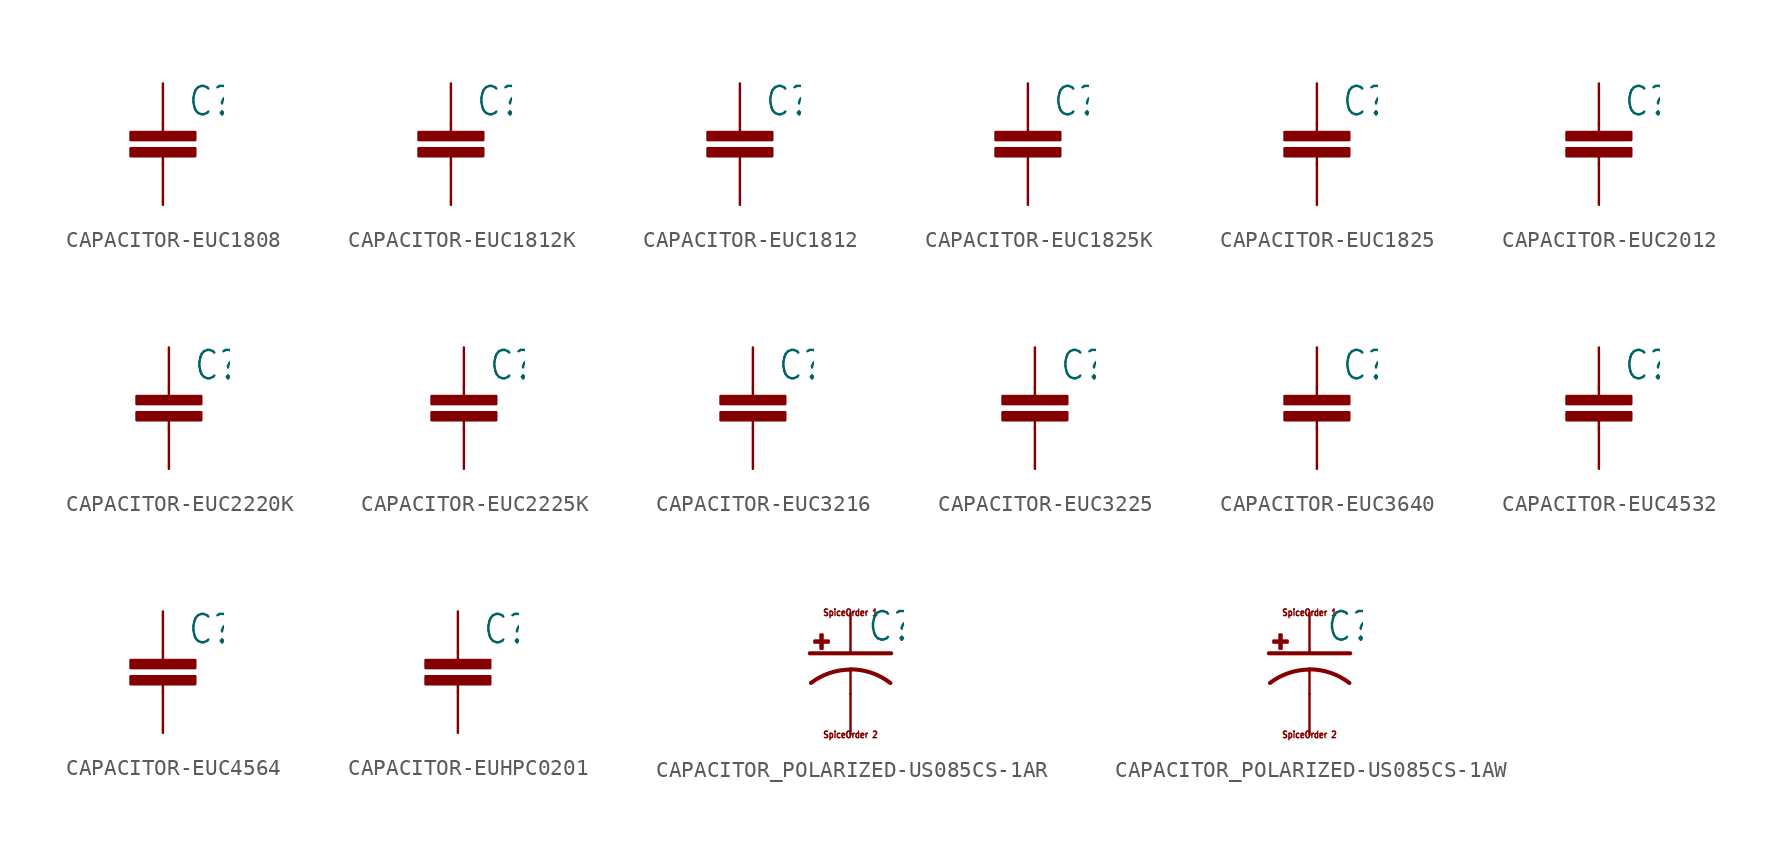
<source format=kicad_sym>
(kicad_symbol_lib
  (version 20231120)
  (generator "kicad_symbol_editor")
  (generator_version "8.0")
  (symbol "CAPACITOR-EUC1808"
    (property "Reference" "C"
      (at 1.524 0.381 0)
      (effects (font (size 1.778 1.511)) (justify left bottom)))
    (property "Value" ""
      (at 1.524 -4.699 0)
      (effects (font (size 1.778 1.511)) (justify left bottom)))
    (property "ki_locked" ""
      (at 0 0 0)
      (effects (font (size 1.27 1.27))))
    (symbol "CAPACITOR-EUC1808_1_0"
      (rectangle (start -2.032 -2.032) (end 2.032 -1.524) (stroke (width 0) (type default)) (fill (type outline)))
      (rectangle (start -2.032 -1.016) (end 2.032 -0.508) (stroke (width 0) (type default)) (fill (type outline)))
      (polyline (pts (xy 0 -2.54) (xy 0 -2.032)) (stroke (width 0.152) (type solid)) (fill (type none)))
      (polyline (pts (xy 0 0) (xy 0 -0.508)) (stroke (width 0.152) (type solid)) (fill (type none)))
      (pin passive line (at 0 2.54 270) (length 2.54) (name "1" (effects (font (size 0 0)))) (number "1" (effects (font (size 0 0)))))
      (pin passive line (at 0 -5.08 90) (length 2.54) (name "2" (effects (font (size 0 0)))) (number "2" (effects (font (size 0 0)))))))
  (symbol "CAPACITOR-EUC1812K"
    (property "Reference" "C"
      (at 1.524 0.381 0)
      (effects (font (size 1.778 1.511)) (justify left bottom)))
    (property "Value" ""
      (at 1.524 -4.699 0)
      (effects (font (size 1.778 1.511)) (justify left bottom)))
    (property "ki_locked" ""
      (at 0 0 0)
      (effects (font (size 1.27 1.27))))
    (symbol "CAPACITOR-EUC1812K_1_0"
      (rectangle (start -2.032 -2.032) (end 2.032 -1.524) (stroke (width 0) (type default)) (fill (type outline)))
      (rectangle (start -2.032 -1.016) (end 2.032 -0.508) (stroke (width 0) (type default)) (fill (type outline)))
      (polyline (pts (xy 0 -2.54) (xy 0 -2.032)) (stroke (width 0.152) (type solid)) (fill (type none)))
      (polyline (pts (xy 0 0) (xy 0 -0.508)) (stroke (width 0.152) (type solid)) (fill (type none)))
      (pin passive line (at 0 2.54 270) (length 2.54) (name "1" (effects (font (size 0 0)))) (number "1" (effects (font (size 0 0)))))
      (pin passive line (at 0 -5.08 90) (length 2.54) (name "2" (effects (font (size 0 0)))) (number "2" (effects (font (size 0 0)))))))
  (symbol "CAPACITOR-EUC1812"
    (property "Reference" "C"
      (at 1.524 0.381 0)
      (effects (font (size 1.778 1.511)) (justify left bottom)))
    (property "Value" ""
      (at 1.524 -4.699 0)
      (effects (font (size 1.778 1.511)) (justify left bottom)))
    (property "ki_locked" ""
      (at 0 0 0)
      (effects (font (size 1.27 1.27))))
    (symbol "CAPACITOR-EUC1812_1_0"
      (rectangle (start -2.032 -2.032) (end 2.032 -1.524) (stroke (width 0) (type default)) (fill (type outline)))
      (rectangle (start -2.032 -1.016) (end 2.032 -0.508) (stroke (width 0) (type default)) (fill (type outline)))
      (polyline (pts (xy 0 -2.54) (xy 0 -2.032)) (stroke (width 0.152) (type solid)) (fill (type none)))
      (polyline (pts (xy 0 0) (xy 0 -0.508)) (stroke (width 0.152) (type solid)) (fill (type none)))
      (pin passive line (at 0 2.54 270) (length 2.54) (name "1" (effects (font (size 0 0)))) (number "1" (effects (font (size 0 0)))))
      (pin passive line (at 0 -5.08 90) (length 2.54) (name "2" (effects (font (size 0 0)))) (number "2" (effects (font (size 0 0)))))))
  (symbol "CAPACITOR-EUC1825K"
    (property "Reference" "C"
      (at 1.524 0.381 0)
      (effects (font (size 1.778 1.511)) (justify left bottom)))
    (property "Value" ""
      (at 1.524 -4.699 0)
      (effects (font (size 1.778 1.511)) (justify left bottom)))
    (property "ki_locked" ""
      (at 0 0 0)
      (effects (font (size 1.27 1.27))))
    (symbol "CAPACITOR-EUC1825K_1_0"
      (rectangle (start -2.032 -2.032) (end 2.032 -1.524) (stroke (width 0) (type default)) (fill (type outline)))
      (rectangle (start -2.032 -1.016) (end 2.032 -0.508) (stroke (width 0) (type default)) (fill (type outline)))
      (polyline (pts (xy 0 -2.54) (xy 0 -2.032)) (stroke (width 0.152) (type solid)) (fill (type none)))
      (polyline (pts (xy 0 0) (xy 0 -0.508)) (stroke (width 0.152) (type solid)) (fill (type none)))
      (pin passive line (at 0 2.54 270) (length 2.54) (name "1" (effects (font (size 0 0)))) (number "1" (effects (font (size 0 0)))))
      (pin passive line (at 0 -5.08 90) (length 2.54) (name "2" (effects (font (size 0 0)))) (number "2" (effects (font (size 0 0)))))))
  (symbol "CAPACITOR-EUC1825"
    (property "Reference" "C"
      (at 1.524 0.381 0)
      (effects (font (size 1.778 1.511)) (justify left bottom)))
    (property "Value" ""
      (at 1.524 -4.699 0)
      (effects (font (size 1.778 1.511)) (justify left bottom)))
    (property "ki_locked" ""
      (at 0 0 0)
      (effects (font (size 1.27 1.27))))
    (symbol "CAPACITOR-EUC1825_1_0"
      (rectangle (start -2.032 -2.032) (end 2.032 -1.524) (stroke (width 0) (type default)) (fill (type outline)))
      (rectangle (start -2.032 -1.016) (end 2.032 -0.508) (stroke (width 0) (type default)) (fill (type outline)))
      (polyline (pts (xy 0 -2.54) (xy 0 -2.032)) (stroke (width 0.152) (type solid)) (fill (type none)))
      (polyline (pts (xy 0 0) (xy 0 -0.508)) (stroke (width 0.152) (type solid)) (fill (type none)))
      (pin passive line (at 0 2.54 270) (length 2.54) (name "1" (effects (font (size 0 0)))) (number "1" (effects (font (size 0 0)))))
      (pin passive line (at 0 -5.08 90) (length 2.54) (name "2" (effects (font (size 0 0)))) (number "2" (effects (font (size 0 0)))))))
  (symbol "CAPACITOR-EUC2012"
    (property "Reference" "C"
      (at 1.524 0.381 0)
      (effects (font (size 1.778 1.511)) (justify left bottom)))
    (property "Value" ""
      (at 1.524 -4.699 0)
      (effects (font (size 1.778 1.511)) (justify left bottom)))
    (property "ki_locked" ""
      (at 0 0 0)
      (effects (font (size 1.27 1.27))))
    (symbol "CAPACITOR-EUC2012_1_0"
      (rectangle (start -2.032 -2.032) (end 2.032 -1.524) (stroke (width 0) (type default)) (fill (type outline)))
      (rectangle (start -2.032 -1.016) (end 2.032 -0.508) (stroke (width 0) (type default)) (fill (type outline)))
      (polyline (pts (xy 0 -2.54) (xy 0 -2.032)) (stroke (width 0.152) (type solid)) (fill (type none)))
      (polyline (pts (xy 0 0) (xy 0 -0.508)) (stroke (width 0.152) (type solid)) (fill (type none)))
      (pin passive line (at 0 2.54 270) (length 2.54) (name "1" (effects (font (size 0 0)))) (number "1" (effects (font (size 0 0)))))
      (pin passive line (at 0 -5.08 90) (length 2.54) (name "2" (effects (font (size 0 0)))) (number "2" (effects (font (size 0 0)))))))
  (symbol "CAPACITOR-EUC2220K"
    (property "Reference" "C"
      (at 1.524 0.381 0)
      (effects (font (size 1.778 1.511)) (justify left bottom)))
    (property "Value" ""
      (at 1.524 -4.699 0)
      (effects (font (size 1.778 1.511)) (justify left bottom)))
    (property "ki_locked" ""
      (at 0 0 0)
      (effects (font (size 1.27 1.27))))
    (symbol "CAPACITOR-EUC2220K_1_0"
      (rectangle (start -2.032 -2.032) (end 2.032 -1.524) (stroke (width 0) (type default)) (fill (type outline)))
      (rectangle (start -2.032 -1.016) (end 2.032 -0.508) (stroke (width 0) (type default)) (fill (type outline)))
      (polyline (pts (xy 0 -2.54) (xy 0 -2.032)) (stroke (width 0.152) (type solid)) (fill (type none)))
      (polyline (pts (xy 0 0) (xy 0 -0.508)) (stroke (width 0.152) (type solid)) (fill (type none)))
      (pin passive line (at 0 2.54 270) (length 2.54) (name "1" (effects (font (size 0 0)))) (number "1" (effects (font (size 0 0)))))
      (pin passive line (at 0 -5.08 90) (length 2.54) (name "2" (effects (font (size 0 0)))) (number "2" (effects (font (size 0 0)))))))
  (symbol "CAPACITOR-EUC2225K"
    (property "Reference" "C"
      (at 1.524 0.381 0)
      (effects (font (size 1.778 1.511)) (justify left bottom)))
    (property "Value" ""
      (at 1.524 -4.699 0)
      (effects (font (size 1.778 1.511)) (justify left bottom)))
    (property "ki_locked" ""
      (at 0 0 0)
      (effects (font (size 1.27 1.27))))
    (symbol "CAPACITOR-EUC2225K_1_0"
      (rectangle (start -2.032 -2.032) (end 2.032 -1.524) (stroke (width 0) (type default)) (fill (type outline)))
      (rectangle (start -2.032 -1.016) (end 2.032 -0.508) (stroke (width 0) (type default)) (fill (type outline)))
      (polyline (pts (xy 0 -2.54) (xy 0 -2.032)) (stroke (width 0.152) (type solid)) (fill (type none)))
      (polyline (pts (xy 0 0) (xy 0 -0.508)) (stroke (width 0.152) (type solid)) (fill (type none)))
      (pin passive line (at 0 2.54 270) (length 2.54) (name "1" (effects (font (size 0 0)))) (number "1" (effects (font (size 0 0)))))
      (pin passive line (at 0 -5.08 90) (length 2.54) (name "2" (effects (font (size 0 0)))) (number "2" (effects (font (size 0 0)))))))
  (symbol "CAPACITOR-EUC3216"
    (property "Reference" "C"
      (at 1.524 0.381 0)
      (effects (font (size 1.778 1.511)) (justify left bottom)))
    (property "Value" ""
      (at 1.524 -4.699 0)
      (effects (font (size 1.778 1.511)) (justify left bottom)))
    (property "ki_locked" ""
      (at 0 0 0)
      (effects (font (size 1.27 1.27))))
    (symbol "CAPACITOR-EUC3216_1_0"
      (rectangle (start -2.032 -2.032) (end 2.032 -1.524) (stroke (width 0) (type default)) (fill (type outline)))
      (rectangle (start -2.032 -1.016) (end 2.032 -0.508) (stroke (width 0) (type default)) (fill (type outline)))
      (polyline (pts (xy 0 -2.54) (xy 0 -2.032)) (stroke (width 0.152) (type solid)) (fill (type none)))
      (polyline (pts (xy 0 0) (xy 0 -0.508)) (stroke (width 0.152) (type solid)) (fill (type none)))
      (pin passive line (at 0 2.54 270) (length 2.54) (name "1" (effects (font (size 0 0)))) (number "1" (effects (font (size 0 0)))))
      (pin passive line (at 0 -5.08 90) (length 2.54) (name "2" (effects (font (size 0 0)))) (number "2" (effects (font (size 0 0)))))))
  (symbol "CAPACITOR-EUC3225"
    (property "Reference" "C"
      (at 1.524 0.381 0)
      (effects (font (size 1.778 1.511)) (justify left bottom)))
    (property "Value" ""
      (at 1.524 -4.699 0)
      (effects (font (size 1.778 1.511)) (justify left bottom)))
    (property "ki_locked" ""
      (at 0 0 0)
      (effects (font (size 1.27 1.27))))
    (symbol "CAPACITOR-EUC3225_1_0"
      (rectangle (start -2.032 -2.032) (end 2.032 -1.524) (stroke (width 0) (type default)) (fill (type outline)))
      (rectangle (start -2.032 -1.016) (end 2.032 -0.508) (stroke (width 0) (type default)) (fill (type outline)))
      (polyline (pts (xy 0 -2.54) (xy 0 -2.032)) (stroke (width 0.152) (type solid)) (fill (type none)))
      (polyline (pts (xy 0 0) (xy 0 -0.508)) (stroke (width 0.152) (type solid)) (fill (type none)))
      (pin passive line (at 0 2.54 270) (length 2.54) (name "1" (effects (font (size 0 0)))) (number "1" (effects (font (size 0 0)))))
      (pin passive line (at 0 -5.08 90) (length 2.54) (name "2" (effects (font (size 0 0)))) (number "2" (effects (font (size 0 0)))))))
  (symbol "CAPACITOR-EUC3640"
    (property "Reference" "C"
      (at 1.524 0.381 0)
      (effects (font (size 1.778 1.511)) (justify left bottom)))
    (property "Value" ""
      (at 1.524 -4.699 0)
      (effects (font (size 1.778 1.511)) (justify left bottom)))
    (property "ki_locked" ""
      (at 0 0 0)
      (effects (font (size 1.27 1.27))))
    (symbol "CAPACITOR-EUC3640_1_0"
      (rectangle (start -2.032 -2.032) (end 2.032 -1.524) (stroke (width 0) (type default)) (fill (type outline)))
      (rectangle (start -2.032 -1.016) (end 2.032 -0.508) (stroke (width 0) (type default)) (fill (type outline)))
      (polyline (pts (xy 0 -2.54) (xy 0 -2.032)) (stroke (width 0.152) (type solid)) (fill (type none)))
      (polyline (pts (xy 0 0) (xy 0 -0.508)) (stroke (width 0.152) (type solid)) (fill (type none)))
      (pin passive line (at 0 2.54 270) (length 2.54) (name "1" (effects (font (size 0 0)))) (number "1" (effects (font (size 0 0)))))
      (pin passive line (at 0 -5.08 90) (length 2.54) (name "2" (effects (font (size 0 0)))) (number "2" (effects (font (size 0 0)))))))
  (symbol "CAPACITOR-EUC4532"
    (property "Reference" "C"
      (at 1.524 0.381 0)
      (effects (font (size 1.778 1.511)) (justify left bottom)))
    (property "Value" ""
      (at 1.524 -4.699 0)
      (effects (font (size 1.778 1.511)) (justify left bottom)))
    (property "ki_locked" ""
      (at 0 0 0)
      (effects (font (size 1.27 1.27))))
    (symbol "CAPACITOR-EUC4532_1_0"
      (rectangle (start -2.032 -2.032) (end 2.032 -1.524) (stroke (width 0) (type default)) (fill (type outline)))
      (rectangle (start -2.032 -1.016) (end 2.032 -0.508) (stroke (width 0) (type default)) (fill (type outline)))
      (polyline (pts (xy 0 -2.54) (xy 0 -2.032)) (stroke (width 0.152) (type solid)) (fill (type none)))
      (polyline (pts (xy 0 0) (xy 0 -0.508)) (stroke (width 0.152) (type solid)) (fill (type none)))
      (pin passive line (at 0 2.54 270) (length 2.54) (name "1" (effects (font (size 0 0)))) (number "1" (effects (font (size 0 0)))))
      (pin passive line (at 0 -5.08 90) (length 2.54) (name "2" (effects (font (size 0 0)))) (number "2" (effects (font (size 0 0)))))))
  (symbol "CAPACITOR-EUC4564"
    (property "Reference" "C"
      (at 1.524 0.381 0)
      (effects (font (size 1.778 1.511)) (justify left bottom)))
    (property "Value" ""
      (at 1.524 -4.699 0)
      (effects (font (size 1.778 1.511)) (justify left bottom)))
    (property "ki_locked" ""
      (at 0 0 0)
      (effects (font (size 1.27 1.27))))
    (symbol "CAPACITOR-EUC4564_1_0"
      (rectangle (start -2.032 -2.032) (end 2.032 -1.524) (stroke (width 0) (type default)) (fill (type outline)))
      (rectangle (start -2.032 -1.016) (end 2.032 -0.508) (stroke (width 0) (type default)) (fill (type outline)))
      (polyline (pts (xy 0 -2.54) (xy 0 -2.032)) (stroke (width 0.152) (type solid)) (fill (type none)))
      (polyline (pts (xy 0 0) (xy 0 -0.508)) (stroke (width 0.152) (type solid)) (fill (type none)))
      (pin passive line (at 0 2.54 270) (length 2.54) (name "1" (effects (font (size 0 0)))) (number "1" (effects (font (size 0 0)))))
      (pin passive line (at 0 -5.08 90) (length 2.54) (name "2" (effects (font (size 0 0)))) (number "2" (effects (font (size 0 0)))))))
  (symbol "CAPACITOR-EUHPC0201"
    (property "Reference" "C"
      (at 1.524 0.381 0)
      (effects (font (size 1.778 1.511)) (justify left bottom)))
    (property "Value" ""
      (at 1.524 -4.699 0)
      (effects (font (size 1.778 1.511)) (justify left bottom)))
    (property "ki_locked" ""
      (at 0 0 0)
      (effects (font (size 1.27 1.27))))
    (symbol "CAPACITOR-EUHPC0201_1_0"
      (rectangle (start -2.032 -2.032) (end 2.032 -1.524) (stroke (width 0) (type default)) (fill (type outline)))
      (rectangle (start -2.032 -1.016) (end 2.032 -0.508) (stroke (width 0) (type default)) (fill (type outline)))
      (polyline (pts (xy 0 -2.54) (xy 0 -2.032)) (stroke (width 0.152) (type solid)) (fill (type none)))
      (polyline (pts (xy 0 0) (xy 0 -0.508)) (stroke (width 0.152) (type solid)) (fill (type none)))
      (pin passive line (at 0 2.54 270) (length 2.54) (name "1" (effects (font (size 0 0)))) (number "1" (effects (font (size 0 0)))))
      (pin passive line (at 0 -5.08 90) (length 2.54) (name "2" (effects (font (size 0 0)))) (number "2" (effects (font (size 0 0)))))))
  (symbol "CAPACITOR_POLARIZED-US085CS-1AR"
    (property "Reference" "C"
      (at 1.016 0.635 0)
      (effects (font (size 1.778 1.511)) (justify left bottom)))
    (property "Value" ""
      (at 1.016 -4.191 0)
      (effects (font (size 1.778 1.511)) (justify left bottom)))
    (property "ki_locked" ""
      (at 0 0 0)
      (effects (font (size 1.27 1.27))))
    (symbol "CAPACITOR_POLARIZED-US085CS-1AR_1_0"
      (rectangle (start -2.253 0.668) (end -1.364 0.795) (stroke (width 0) (type default)) (fill (type outline)))
      (rectangle (start -1.872 0.287) (end -1.745 1.176) (stroke (width 0) (type default)) (fill (type outline)))
      (arc (start 0 -1.0161) (mid -1.3021 -1.2303) (end -2.4669 -1.8504) (stroke (width 0.254) (type solid)) (fill (type none)))
      (polyline (pts (xy -2.54 0) (xy 2.54 0)) (stroke (width 0.254) (type solid)) (fill (type none)))
      (polyline (pts (xy 0 -1.016) (xy 0 -2.54)) (stroke (width 0.152) (type solid)) (fill (type none)))
      (arc (start 2.4892 -1.8541) (mid 1.3158 -1.2194) (end 0 -1) (stroke (width 0.254) (type solid)) (fill (type none)))
      (text "SpiceOrder 1" (at 0 2.54 0) (effects (font (size 0.406 0.345))))
      (text "SpiceOrder 2" (at 0 -5.08 0) (effects (font (size 0.406 0.345))))
      (pin passive line (at 0 2.54 270) (length 2.54) (name "+" (effects (font (size 0 0)))) (number "+" (effects (font (size 0 0)))))
      (pin passive line (at 0 -5.08 90) (length 2.54) (name "-" (effects (font (size 0 0)))) (number "-" (effects (font (size 0 0)))))))
  (symbol "CAPACITOR_POLARIZED-US085CS-1AW"
    (property "Reference" "C"
      (at 1.016 0.635 0)
      (effects (font (size 1.778 1.511)) (justify left bottom)))
    (property "Value" ""
      (at 1.016 -4.191 0)
      (effects (font (size 1.778 1.511)) (justify left bottom)))
    (property "ki_locked" ""
      (at 0 0 0)
      (effects (font (size 1.27 1.27))))
    (symbol "CAPACITOR_POLARIZED-US085CS-1AW_1_0"
      (rectangle (start -2.253 0.668) (end -1.364 0.795) (stroke (width 0) (type default)) (fill (type outline)))
      (rectangle (start -1.872 0.287) (end -1.745 1.176) (stroke (width 0) (type default)) (fill (type outline)))
      (arc (start 0 -1.0161) (mid -1.3021 -1.2303) (end -2.4669 -1.8504) (stroke (width 0.254) (type solid)) (fill (type none)))
      (polyline (pts (xy -2.54 0) (xy 2.54 0)) (stroke (width 0.254) (type solid)) (fill (type none)))
      (polyline (pts (xy 0 -1.016) (xy 0 -2.54)) (stroke (width 0.152) (type solid)) (fill (type none)))
      (arc (start 2.4892 -1.8541) (mid 1.3158 -1.2194) (end 0 -1) (stroke (width 0.254) (type solid)) (fill (type none)))
      (text "SpiceOrder 1" (at 0 2.54 0) (effects (font (size 0.406 0.345))))
      (text "SpiceOrder 2" (at 0 -5.08 0) (effects (font (size 0.406 0.345))))
      (pin passive line (at 0 2.54 270) (length 2.54) (name "+" (effects (font (size 0 0)))) (number "+" (effects (font (size 0 0)))))
      (pin passive line (at 0 -5.08 90) (length 2.54) (name "-" (effects (font (size 0 0)))) (number "-" (effects (font (size 0 0))))))))
</source>
